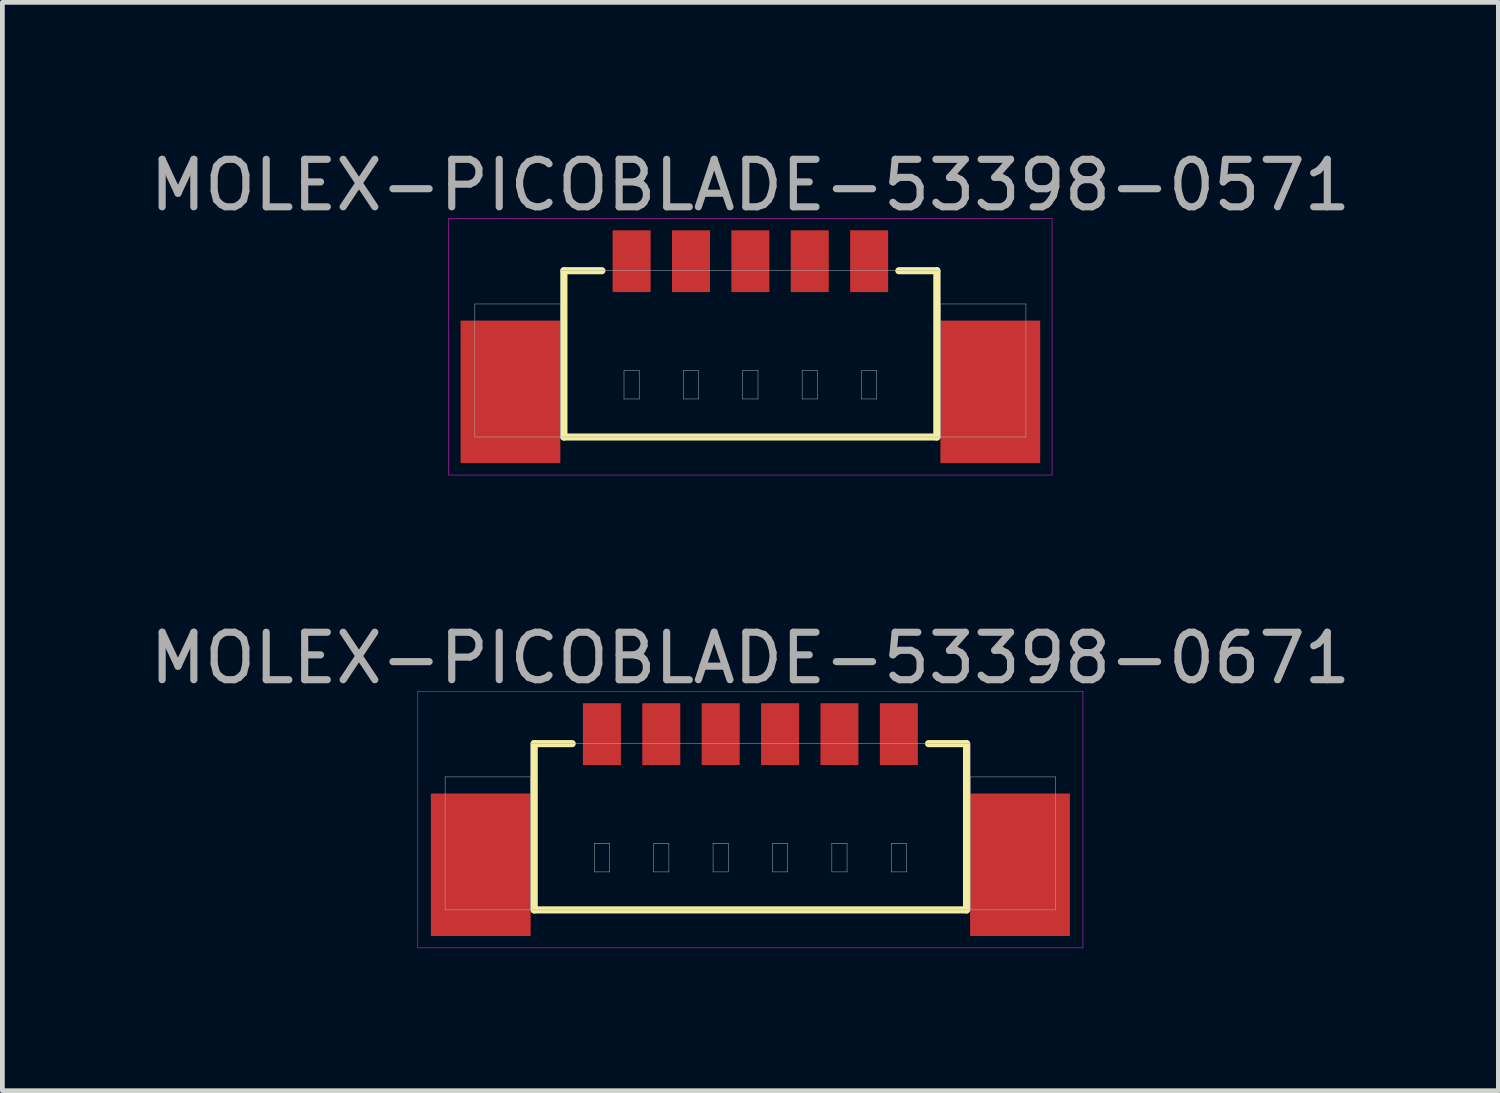
<source format=kicad_pcb>
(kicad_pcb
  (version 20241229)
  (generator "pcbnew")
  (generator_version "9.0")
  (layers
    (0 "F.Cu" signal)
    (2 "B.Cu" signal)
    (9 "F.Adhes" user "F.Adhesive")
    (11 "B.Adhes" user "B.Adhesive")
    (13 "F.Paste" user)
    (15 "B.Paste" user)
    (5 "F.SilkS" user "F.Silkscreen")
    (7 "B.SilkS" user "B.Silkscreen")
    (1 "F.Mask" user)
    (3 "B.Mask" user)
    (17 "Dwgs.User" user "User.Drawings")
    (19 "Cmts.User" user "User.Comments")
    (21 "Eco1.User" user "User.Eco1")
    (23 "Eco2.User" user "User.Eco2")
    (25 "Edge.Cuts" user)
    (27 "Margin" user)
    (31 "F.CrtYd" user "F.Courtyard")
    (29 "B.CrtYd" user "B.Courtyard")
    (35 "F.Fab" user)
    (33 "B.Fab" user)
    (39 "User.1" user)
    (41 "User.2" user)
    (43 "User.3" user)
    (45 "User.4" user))
  (footprint "MOLEX-PICOBLADE-53398-0671"
    (layer "F.Cu")
    (at 12.744 12.402)
    (property "Reference" "MOLEX-PICOBLADE-53398-0671" (at 0 -1.6 0) (layer "F.Fab") (effects (font (size 1 1) (thickness 0.15))))
    (attr through_hole)
    (fp_line (start -4.55 0.2) (end -4.55 3.7) (stroke (width 0.15) (type solid)) (layer "F.SilkS"))
    (fp_line (start -4.55 3.7) (end 4.55 3.7) (stroke (width 0.15) (type solid)) (layer "F.SilkS"))
    (fp_line (start -3.75 0.2) (end -4.55 0.2) (stroke (width 0.15) (type solid)) (layer "F.SilkS"))
    (fp_line (start 3.75 0.2) (end 4.55 0.2) (stroke (width 0.15) (type solid)) (layer "F.SilkS"))
    (fp_line (start 4.55 3.7) (end 4.55 0.2) (stroke (width 0.15) (type solid)) (layer "F.SilkS"))
    (fp_line (start -7 -0.9) (end 7 -0.9) (stroke (width 0.01) (type solid)) (layer "F.CrtYd"))
    (fp_line (start -7 4.5) (end -7 -0.9) (stroke (width 0.01) (type solid)) (layer "F.CrtYd"))
    (fp_line (start 7 -0.9) (end 7 4.5) (stroke (width 0.01) (type solid)) (layer "F.CrtYd"))
    (fp_line (start 7 4.5) (end -7 4.5) (stroke (width 0.01) (type solid)) (layer "F.CrtYd"))
    (fp_line (start -6.425 0.9) (end -4.625 0.9) (stroke (width 0.01) (type solid)) (layer "F.Fab"))
    (fp_line (start -6.425 3.7) (end -6.425 0.9) (stroke (width 0.01) (type solid)) (layer "F.Fab"))
    (fp_line (start -4.625 0.2) (end 4.625 0.2) (stroke (width 0.01) (type solid)) (layer "F.Fab"))
    (fp_line (start -4.625 0.9) (end -4.625 3.7) (stroke (width 0.01) (type solid)) (layer "F.Fab"))
    (fp_line (start -4.625 3.7) (end -6.425 3.7) (stroke (width 0.01) (type solid)) (layer "F.Fab"))
    (fp_line (start -4.625 3.7) (end -4.625 0.2) (stroke (width 0.01) (type solid)) (layer "F.Fab"))
    (fp_line (start -3.285 2.3) (end -2.965 2.3) (stroke (width 0.01) (type solid)) (layer "F.Fab"))
    (fp_line (start -3.285 2.9) (end -3.285 2.3) (stroke (width 0.01) (type solid)) (layer "F.Fab"))
    (fp_line (start -2.965 2.3) (end -2.965 2.9) (stroke (width 0.01) (type solid)) (layer "F.Fab"))
    (fp_line (start -2.965 2.9) (end -3.285 2.9) (stroke (width 0.01) (type solid)) (layer "F.Fab"))
    (fp_line (start -2.035 2.3) (end -1.715 2.3) (stroke (width 0.01) (type solid)) (layer "F.Fab"))
    (fp_line (start -2.035 2.9) (end -2.035 2.3) (stroke (width 0.01) (type solid)) (layer "F.Fab"))
    (fp_line (start -1.715 2.3) (end -1.715 2.9) (stroke (width 0.01) (type solid)) (layer "F.Fab"))
    (fp_line (start -1.715 2.9) (end -2.035 2.9) (stroke (width 0.01) (type solid)) (layer "F.Fab"))
    (fp_line (start -0.785 2.3) (end -0.465 2.3) (stroke (width 0.01) (type solid)) (layer "F.Fab"))
    (fp_line (start -0.785 2.9) (end -0.785 2.3) (stroke (width 0.01) (type solid)) (layer "F.Fab"))
    (fp_line (start -0.465 2.3) (end -0.465 2.9) (stroke (width 0.01) (type solid)) (layer "F.Fab"))
    (fp_line (start -0.465 2.9) (end -0.785 2.9) (stroke (width 0.01) (type solid)) (layer "F.Fab"))
    (fp_line (start 0.465 2.3) (end 0.785 2.3) (stroke (width 0.01) (type solid)) (layer "F.Fab"))
    (fp_line (start 0.465 2.9) (end 0.465 2.3) (stroke (width 0.01) (type solid)) (layer "F.Fab"))
    (fp_line (start 0.785 2.3) (end 0.785 2.9) (stroke (width 0.01) (type solid)) (layer "F.Fab"))
    (fp_line (start 0.785 2.9) (end 0.465 2.9) (stroke (width 0.01) (type solid)) (layer "F.Fab"))
    (fp_line (start 1.715 2.3) (end 2.035 2.3) (stroke (width 0.01) (type solid)) (layer "F.Fab"))
    (fp_line (start 1.715 2.9) (end 1.715 2.3) (stroke (width 0.01) (type solid)) (layer "F.Fab"))
    (fp_line (start 2.035 2.3) (end 2.035 2.9) (stroke (width 0.01) (type solid)) (layer "F.Fab"))
    (fp_line (start 2.035 2.9) (end 1.715 2.9) (stroke (width 0.01) (type solid)) (layer "F.Fab"))
    (fp_line (start 2.965 2.3) (end 3.285 2.3) (stroke (width 0.01) (type solid)) (layer "F.Fab"))
    (fp_line (start 2.965 2.9) (end 2.965 2.3) (stroke (width 0.01) (type solid)) (layer "F.Fab"))
    (fp_line (start 3.285 2.3) (end 3.285 2.9) (stroke (width 0.01) (type solid)) (layer "F.Fab"))
    (fp_line (start 3.285 2.9) (end 2.965 2.9) (stroke (width 0.01) (type solid)) (layer "F.Fab"))
    (fp_line (start 4.625 0.2) (end 4.625 3.7) (stroke (width 0.01) (type solid)) (layer "F.Fab"))
    (fp_line (start 4.625 0.9) (end 6.425 0.9) (stroke (width 0.01) (type solid)) (layer "F.Fab"))
    (fp_line (start 4.625 3.7) (end -4.625 3.7) (stroke (width 0.01) (type solid)) (layer "F.Fab"))
    (fp_line (start 4.625 3.7) (end 4.625 0.9) (stroke (width 0.01) (type solid)) (layer "F.Fab"))
    (fp_line (start 6.425 0.9) (end 6.425 3.7) (stroke (width 0.01) (type solid)) (layer "F.Fab"))
    (fp_line (start 6.425 3.7) (end 4.625 3.7) (stroke (width 0.01) (type solid)) (layer "F.Fab"))
    (pad "" smd rect (at -5.675 2.75) (size 2.1 3) (layers "F.Cu" "F.Mask" "F.Paste"))
    (pad "" smd rect (at 5.675 2.75) (size 2.1 3) (layers "F.Cu" "F.Mask" "F.Paste"))
    (pad "1" smd rect (at -3.125 0) (size 0.8 1.3) (layers "F.Cu" "F.Mask" "F.Paste"))
    (pad "2" smd rect (at -1.875 0) (size 0.8 1.3) (layers "F.Cu" "F.Mask" "F.Paste"))
    (pad "3" smd rect (at -0.625 0) (size 0.8 1.3) (layers "F.Cu" "F.Mask" "F.Paste"))
    (pad "4" smd rect (at 0.625 0) (size 0.8 1.3) (layers "F.Cu" "F.Mask" "F.Paste"))
    (pad "5" smd rect (at 1.875 0) (size 0.8 1.3) (layers "F.Cu" "F.Mask" "F.Paste"))
    (pad "6" smd rect (at 3.125 0) (size 0.8 1.3) (layers "F.Cu" "F.Mask" "F.Paste")))
  (footprint "MOLEX-PICOBLADE-53398-0571"
    (layer "F.Cu")
    (at 12.744 2.448)
    (property "Reference" "MOLEX-PICOBLADE-53398-0571" (at 0 -1.6 0) (layer "F.Fab") (effects (font (size 1 1) (thickness 0.15))))
    (attr through_hole)
    (fp_line (start -3.925 0.2) (end -3.925 3.7) (stroke (width 0.15) (type solid)) (layer "F.SilkS"))
    (fp_line (start -3.925 3.7) (end 3.925 3.7) (stroke (width 0.15) (type solid)) (layer "F.SilkS"))
    (fp_line (start -3.125 0.2) (end -3.925 0.2) (stroke (width 0.15) (type solid)) (layer "F.SilkS"))
    (fp_line (start 3.125 0.2) (end 3.925 0.2) (stroke (width 0.15) (type solid)) (layer "F.SilkS"))
    (fp_line (start 3.925 3.7) (end 3.925 0.2) (stroke (width 0.15) (type solid)) (layer "F.SilkS"))
    (fp_line (start -6.35 -0.9) (end 6.35 -0.9) (stroke (width 0.01) (type solid)) (layer "F.CrtYd"))
    (fp_line (start -6.35 4.5) (end -6.35 -0.9) (stroke (width 0.01) (type solid)) (layer "F.CrtYd"))
    (fp_line (start 6.35 -0.9) (end 6.35 4.5) (stroke (width 0.01) (type solid)) (layer "F.CrtYd"))
    (fp_line (start 6.35 4.5) (end -6.35 4.5) (stroke (width 0.01) (type solid)) (layer "F.CrtYd"))
    (fp_line (start -5.8 0.9) (end -4 0.9) (stroke (width 0.01) (type solid)) (layer "F.Fab"))
    (fp_line (start -5.8 3.7) (end -5.8 0.9) (stroke (width 0.01) (type solid)) (layer "F.Fab"))
    (fp_line (start -4 0.2) (end 4 0.2) (stroke (width 0.01) (type solid)) (layer "F.Fab"))
    (fp_line (start -4 0.9) (end -4 3.7) (stroke (width 0.01) (type solid)) (layer "F.Fab"))
    (fp_line (start -4 3.7) (end -5.8 3.7) (stroke (width 0.01) (type solid)) (layer "F.Fab"))
    (fp_line (start -4 3.7) (end -4 0.2) (stroke (width 0.01) (type solid)) (layer "F.Fab"))
    (fp_line (start -2.66 2.3) (end -2.34 2.3) (stroke (width 0.01) (type solid)) (layer "F.Fab"))
    (fp_line (start -2.66 2.9) (end -2.66 2.3) (stroke (width 0.01) (type solid)) (layer "F.Fab"))
    (fp_line (start -2.34 2.3) (end -2.34 2.9) (stroke (width 0.01) (type solid)) (layer "F.Fab"))
    (fp_line (start -2.34 2.9) (end -2.66 2.9) (stroke (width 0.01) (type solid)) (layer "F.Fab"))
    (fp_line (start -1.41 2.3) (end -1.09 2.3) (stroke (width 0.01) (type solid)) (layer "F.Fab"))
    (fp_line (start -1.41 2.9) (end -1.41 2.3) (stroke (width 0.01) (type solid)) (layer "F.Fab"))
    (fp_line (start -1.09 2.3) (end -1.09 2.9) (stroke (width 0.01) (type solid)) (layer "F.Fab"))
    (fp_line (start -1.09 2.9) (end -1.41 2.9) (stroke (width 0.01) (type solid)) (layer "F.Fab"))
    (fp_line (start -0.16 2.3) (end 0.16 2.3) (stroke (width 0.01) (type solid)) (layer "F.Fab"))
    (fp_line (start -0.16 2.9) (end -0.16 2.3) (stroke (width 0.01) (type solid)) (layer "F.Fab"))
    (fp_line (start 0.16 2.3) (end 0.16 2.9) (stroke (width 0.01) (type solid)) (layer "F.Fab"))
    (fp_line (start 0.16 2.9) (end -0.16 2.9) (stroke (width 0.01) (type solid)) (layer "F.Fab"))
    (fp_line (start 1.09 2.3) (end 1.41 2.3) (stroke (width 0.01) (type solid)) (layer "F.Fab"))
    (fp_line (start 1.09 2.9) (end 1.09 2.3) (stroke (width 0.01) (type solid)) (layer "F.Fab"))
    (fp_line (start 1.41 2.3) (end 1.41 2.9) (stroke (width 0.01) (type solid)) (layer "F.Fab"))
    (fp_line (start 1.41 2.9) (end 1.09 2.9) (stroke (width 0.01) (type solid)) (layer "F.Fab"))
    (fp_line (start 2.34 2.3) (end 2.66 2.3) (stroke (width 0.01) (type solid)) (layer "F.Fab"))
    (fp_line (start 2.34 2.9) (end 2.34 2.3) (stroke (width 0.01) (type solid)) (layer "F.Fab"))
    (fp_line (start 2.66 2.3) (end 2.66 2.9) (stroke (width 0.01) (type solid)) (layer "F.Fab"))
    (fp_line (start 2.66 2.9) (end 2.34 2.9) (stroke (width 0.01) (type solid)) (layer "F.Fab"))
    (fp_line (start 4 0.2) (end 4 3.7) (stroke (width 0.01) (type solid)) (layer "F.Fab"))
    (fp_line (start 4 0.9) (end 5.8 0.9) (stroke (width 0.01) (type solid)) (layer "F.Fab"))
    (fp_line (start 4 3.7) (end -4 3.7) (stroke (width 0.01) (type solid)) (layer "F.Fab"))
    (fp_line (start 4 3.7) (end 4 0.9) (stroke (width 0.01) (type solid)) (layer "F.Fab"))
    (fp_line (start 5.8 0.9) (end 5.8 3.7) (stroke (width 0.01) (type solid)) (layer "F.Fab"))
    (fp_line (start 5.8 3.7) (end 4 3.7) (stroke (width 0.01) (type solid)) (layer "F.Fab"))
    (pad "" smd rect (at -5.05 2.75) (size 2.1 3) (layers "F.Cu" "F.Mask" "F.Paste"))
    (pad "" smd rect (at 5.05 2.75) (size 2.1 3) (layers "F.Cu" "F.Mask" "F.Paste"))
    (pad "1" smd rect (at -2.5 0) (size 0.8 1.3) (layers "F.Cu" "F.Mask" "F.Paste"))
    (pad "2" smd rect (at -1.25 0) (size 0.8 1.3) (layers "F.Cu" "F.Mask" "F.Paste"))
    (pad "3" smd rect (at 0 0) (size 0.8 1.3) (layers "F.Cu" "F.Mask" "F.Paste"))
    (pad "4" smd rect (at 1.25 0) (size 0.8 1.3) (layers "F.Cu" "F.Mask" "F.Paste"))
    (pad "5" smd rect (at 2.5 0) (size 0.8 1.3) (layers "F.Cu" "F.Mask" "F.Paste")))
  (gr_rect
    (start -3 -3)
    (end 28.488 19.907)
    (stroke (width 0.1) (type default))
    (fill no)
    (layer "Edge.Cuts")))
</source>
